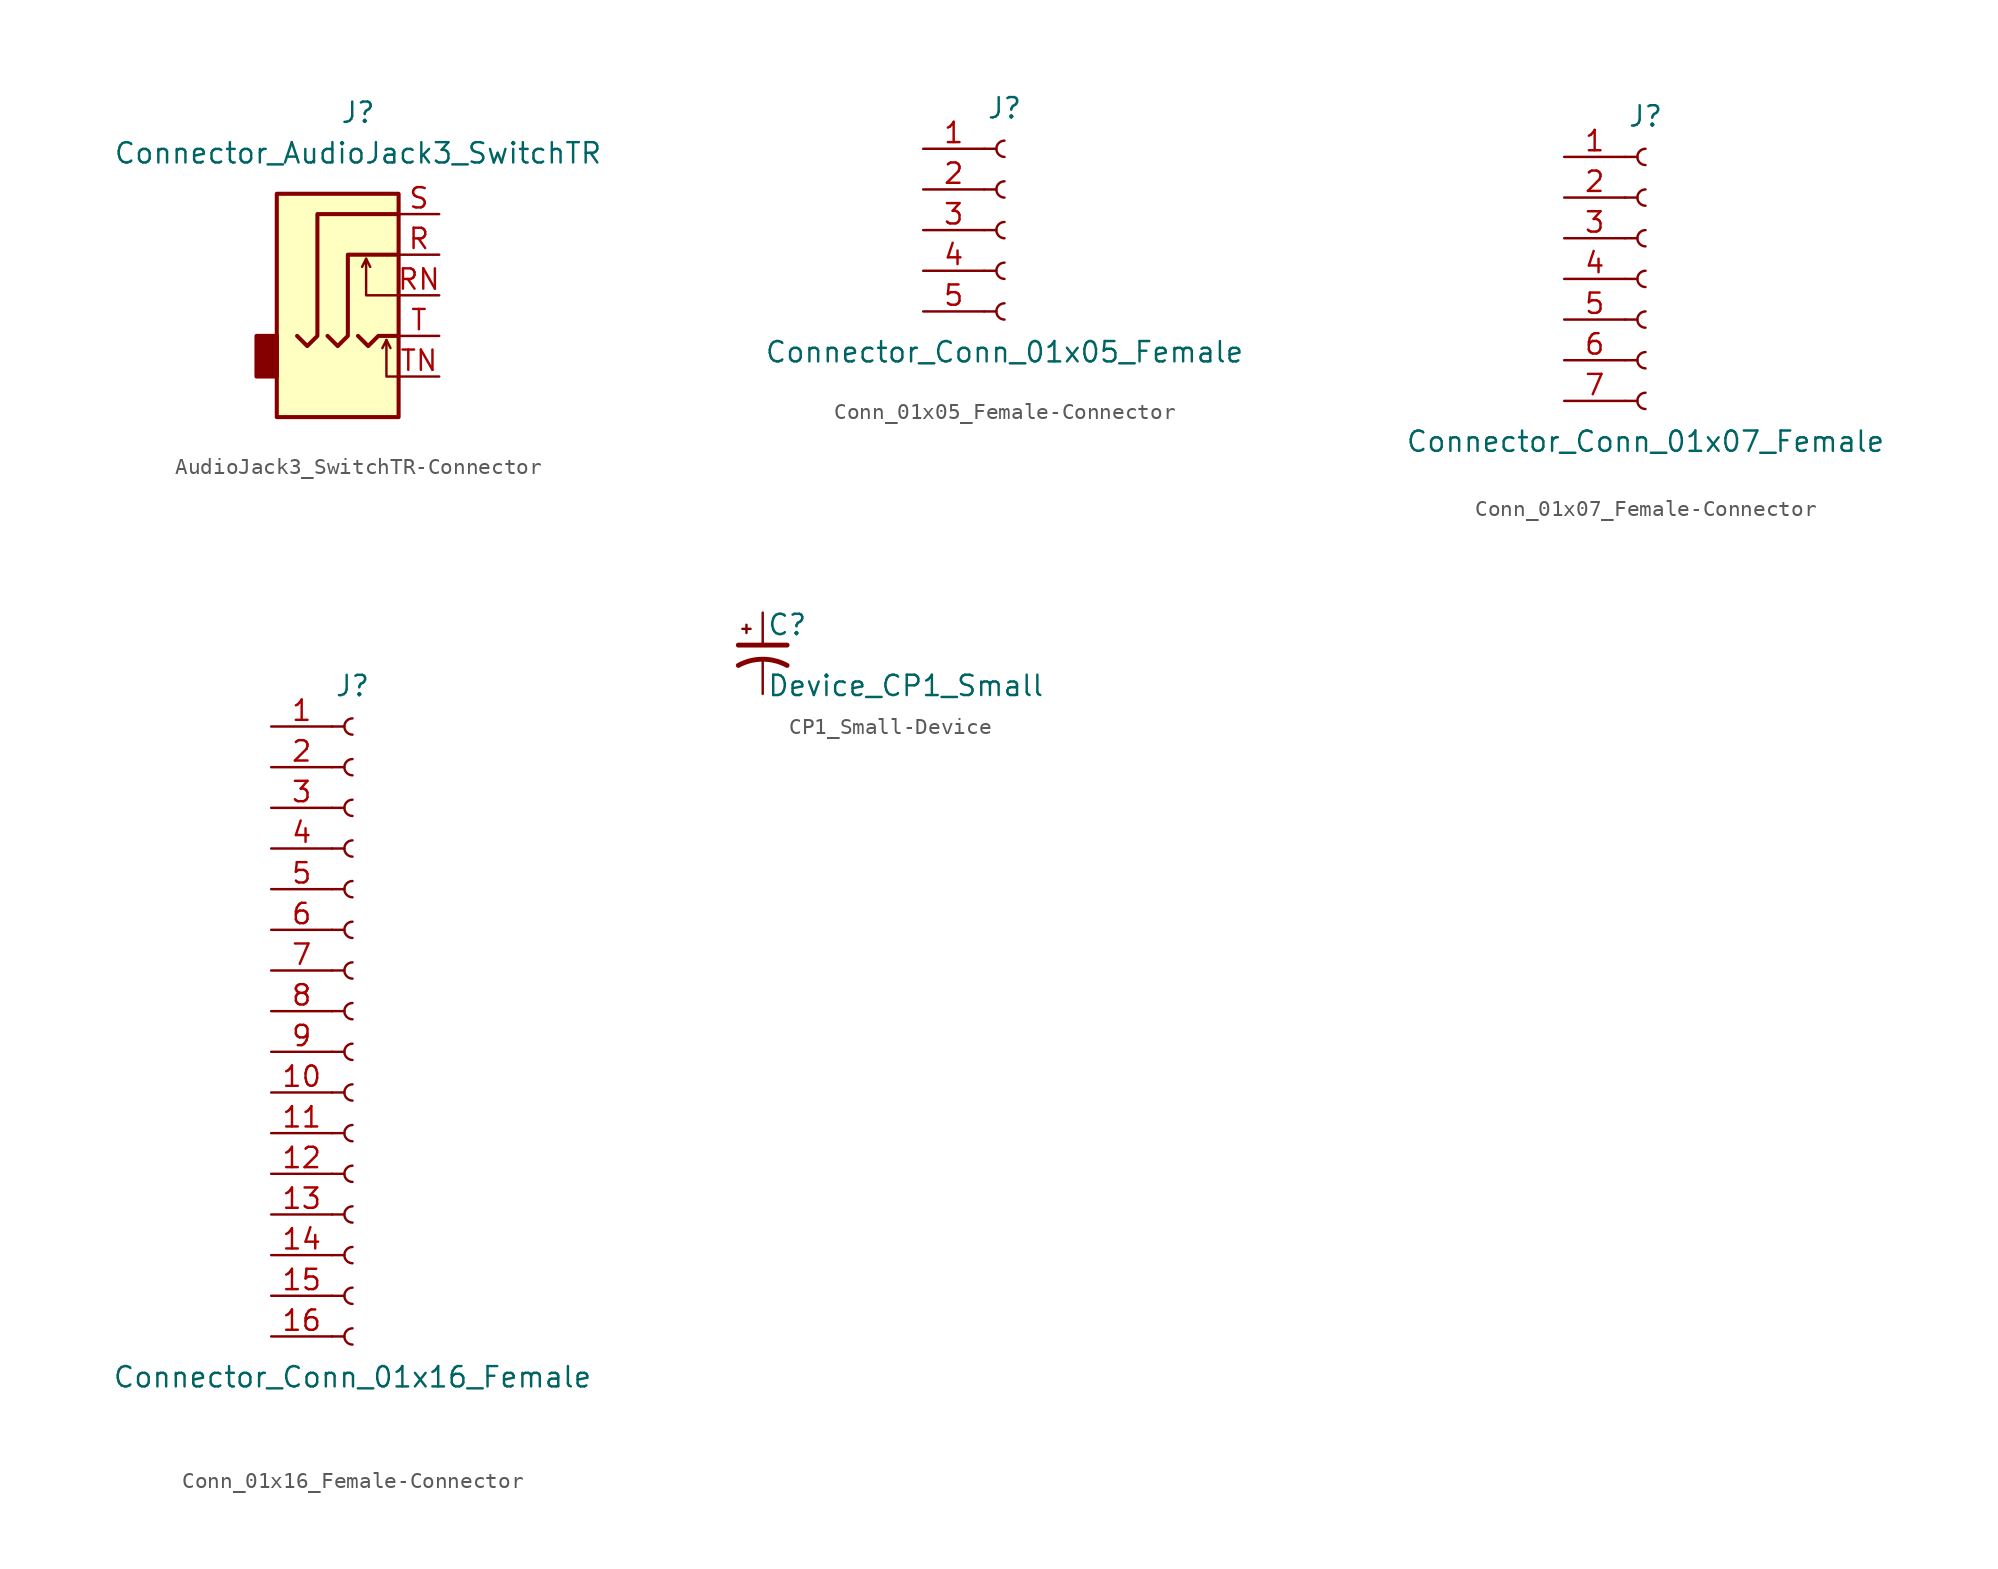
<source format=kicad_sym>
(kicad_symbol_lib
  (version 20220914)
  (generator kicad_symbol_editor)
  (symbol "AudioJack3_SwitchTR-Connector"
    (property "Reference" "J"
      (at 0 8.89 0)
      (effects (font (size 1.27 1.27))))
    (property "Value" "Connector_AudioJack3_SwitchTR"
      (at 0 6.35 0)
      (effects (font (size 1.27 1.27))))
    (symbol "AudioJack3_SwitchTR-Connector_0_1"
      (rectangle (start -5.08 -5.08) (end -6.35 -7.62) (stroke (width 0.254) (type solid)) (fill (type outline)))
      (polyline (pts (xy 0.508 -0.254) (xy 0.762 -0.762)) (stroke (width 0) (type solid)) (fill (type none)))
      (polyline (pts (xy 1.778 -5.334) (xy 2.032 -5.842)) (stroke (width 0) (type solid)) (fill (type none)))
      (polyline (pts (xy 0 -5.08) (xy 0.635 -5.715) (xy 1.27 -5.08) (xy 2.54 -5.08)) (stroke (width 0.254) (type solid)) (fill (type none)))
      (polyline (pts (xy 2.54 -7.62) (xy 1.778 -7.62) (xy 1.778 -5.334) (xy 1.524 -5.842)) (stroke (width 0) (type solid)) (fill (type none)))
      (polyline (pts (xy 2.54 -2.54) (xy 0.508 -2.54) (xy 0.508 -0.254) (xy 0.254 -0.762)) (stroke (width 0) (type solid)) (fill (type none)))
      (polyline (pts (xy -1.905 -5.08) (xy -1.27 -5.715) (xy -0.635 -5.08) (xy -0.635 0) (xy 2.54 0)) (stroke (width 0.254) (type solid)) (fill (type none)))
      (polyline (pts (xy 2.54 2.54) (xy -2.54 2.54) (xy -2.54 -5.08) (xy -3.175 -5.715) (xy -3.81 -5.08)) (stroke (width 0.254) (type solid)) (fill (type none)))
      (rectangle (start 2.54 3.81) (end -5.08 -10.16) (stroke (width 0.254) (type solid)) (fill (type background))))
    (symbol "AudioJack3_SwitchTR-Connector_1_1"
      (pin passive line (at 5.08 0 180) (length 2.54) (name "~" (effects (font (size 1.27 1.27)))) (number "R" (effects (font (size 1.27 1.27)))))
      (pin passive line (at 5.08 -2.54 180) (length 2.54) (name "~" (effects (font (size 1.27 1.27)))) (number "RN" (effects (font (size 1.27 1.27)))))
      (pin passive line (at 5.08 2.54 180) (length 2.54) (name "~" (effects (font (size 1.27 1.27)))) (number "S" (effects (font (size 1.27 1.27)))))
      (pin passive line (at 5.08 -5.08 180) (length 2.54) (name "~" (effects (font (size 1.27 1.27)))) (number "T" (effects (font (size 1.27 1.27)))))
      (pin passive line (at 5.08 -7.62 180) (length 2.54) (name "~" (effects (font (size 1.27 1.27)))) (number "TN" (effects (font (size 1.27 1.27)))))))
  (symbol "Conn_01x05_Female-Connector"
    (pin_names
      (offset 1.016) hide)
    (property "Reference" "J"
      (at 0 7.62 0)
      (effects (font (size 1.27 1.27))))
    (property "Value" "Connector_Conn_01x05_Female"
      (at 0 -7.62 0)
      (effects (font (size 1.27 1.27))))
    (symbol "Conn_01x05_Female-Connector_1_1"
      (arc (start 0 -4.572) (mid -0.5058 -5.08) (end 0 -5.588) (stroke (width 0.1524) (type solid)) (fill (type none)))
      (arc (start 0 -2.032) (mid -0.5058 -2.54) (end 0 -3.048) (stroke (width 0.1524) (type solid)) (fill (type none)))
      (polyline (pts (xy -1.27 -5.08) (xy -0.508 -5.08)) (stroke (width 0.152) (type solid)) (fill (type none)))
      (polyline (pts (xy -1.27 -2.54) (xy -0.508 -2.54)) (stroke (width 0.152) (type solid)) (fill (type none)))
      (polyline (pts (xy -1.27 0) (xy -0.508 0)) (stroke (width 0.152) (type solid)) (fill (type none)))
      (polyline (pts (xy -1.27 2.54) (xy -0.508 2.54)) (stroke (width 0.152) (type solid)) (fill (type none)))
      (polyline (pts (xy -1.27 5.08) (xy -0.508 5.08)) (stroke (width 0.152) (type solid)) (fill (type none)))
      (arc (start 0 0.508) (mid -0.5058 0) (end 0 -0.508) (stroke (width 0.1524) (type solid)) (fill (type none)))
      (arc (start 0 3.048) (mid -0.5058 2.54) (end 0 2.032) (stroke (width 0.1524) (type solid)) (fill (type none)))
      (arc (start 0 5.588) (mid -0.5058 5.08) (end 0 4.572) (stroke (width 0.1524) (type solid)) (fill (type none)))
      (pin passive line (at -5.08 5.08 0) (length 3.81) (name "Pin_1" (effects (font (size 1.27 1.27)))) (number "1" (effects (font (size 1.27 1.27)))))
      (pin passive line (at -5.08 2.54 0) (length 3.81) (name "Pin_2" (effects (font (size 1.27 1.27)))) (number "2" (effects (font (size 1.27 1.27)))))
      (pin passive line (at -5.08 0 0) (length 3.81) (name "Pin_3" (effects (font (size 1.27 1.27)))) (number "3" (effects (font (size 1.27 1.27)))))
      (pin passive line (at -5.08 -2.54 0) (length 3.81) (name "Pin_4" (effects (font (size 1.27 1.27)))) (number "4" (effects (font (size 1.27 1.27)))))
      (pin passive line (at -5.08 -5.08 0) (length 3.81) (name "Pin_5" (effects (font (size 1.27 1.27)))) (number "5" (effects (font (size 1.27 1.27)))))))
  (symbol "Conn_01x07_Female-Connector"
    (pin_names
      (offset 1.016) hide)
    (property "Reference" "J"
      (at 0 10.16 0)
      (effects (font (size 1.27 1.27))))
    (property "Value" "Connector_Conn_01x07_Female"
      (at 0 -10.16 0)
      (effects (font (size 1.27 1.27))))
    (symbol "Conn_01x07_Female-Connector_1_1"
      (arc (start 0 -7.112) (mid -0.5058 -7.62) (end 0 -8.128) (stroke (width 0.1524) (type solid)) (fill (type none)))
      (arc (start 0 -4.572) (mid -0.5058 -5.08) (end 0 -5.588) (stroke (width 0.1524) (type solid)) (fill (type none)))
      (arc (start 0 -2.032) (mid -0.5058 -2.54) (end 0 -3.048) (stroke (width 0.1524) (type solid)) (fill (type none)))
      (polyline (pts (xy -1.27 -7.62) (xy -0.508 -7.62)) (stroke (width 0.152) (type solid)) (fill (type none)))
      (polyline (pts (xy -1.27 -5.08) (xy -0.508 -5.08)) (stroke (width 0.152) (type solid)) (fill (type none)))
      (polyline (pts (xy -1.27 -2.54) (xy -0.508 -2.54)) (stroke (width 0.152) (type solid)) (fill (type none)))
      (polyline (pts (xy -1.27 0) (xy -0.508 0)) (stroke (width 0.152) (type solid)) (fill (type none)))
      (polyline (pts (xy -1.27 2.54) (xy -0.508 2.54)) (stroke (width 0.152) (type solid)) (fill (type none)))
      (polyline (pts (xy -1.27 5.08) (xy -0.508 5.08)) (stroke (width 0.152) (type solid)) (fill (type none)))
      (polyline (pts (xy -1.27 7.62) (xy -0.508 7.62)) (stroke (width 0.152) (type solid)) (fill (type none)))
      (arc (start 0 0.508) (mid -0.5058 0) (end 0 -0.508) (stroke (width 0.1524) (type solid)) (fill (type none)))
      (arc (start 0 3.048) (mid -0.5058 2.54) (end 0 2.032) (stroke (width 0.1524) (type solid)) (fill (type none)))
      (arc (start 0 5.588) (mid -0.5058 5.08) (end 0 4.572) (stroke (width 0.1524) (type solid)) (fill (type none)))
      (arc (start 0 8.128) (mid -0.5058 7.62) (end 0 7.112) (stroke (width 0.1524) (type solid)) (fill (type none)))
      (pin passive line (at -5.08 7.62 0) (length 3.81) (name "Pin_1" (effects (font (size 1.27 1.27)))) (number "1" (effects (font (size 1.27 1.27)))))
      (pin passive line (at -5.08 5.08 0) (length 3.81) (name "Pin_2" (effects (font (size 1.27 1.27)))) (number "2" (effects (font (size 1.27 1.27)))))
      (pin passive line (at -5.08 2.54 0) (length 3.81) (name "Pin_3" (effects (font (size 1.27 1.27)))) (number "3" (effects (font (size 1.27 1.27)))))
      (pin passive line (at -5.08 0 0) (length 3.81) (name "Pin_4" (effects (font (size 1.27 1.27)))) (number "4" (effects (font (size 1.27 1.27)))))
      (pin passive line (at -5.08 -2.54 0) (length 3.81) (name "Pin_5" (effects (font (size 1.27 1.27)))) (number "5" (effects (font (size 1.27 1.27)))))
      (pin passive line (at -5.08 -5.08 0) (length 3.81) (name "Pin_6" (effects (font (size 1.27 1.27)))) (number "6" (effects (font (size 1.27 1.27)))))
      (pin passive line (at -5.08 -7.62 0) (length 3.81) (name "Pin_7" (effects (font (size 1.27 1.27)))) (number "7" (effects (font (size 1.27 1.27)))))))
  (symbol "Conn_01x16_Female-Connector"
    (pin_names
      (offset 1.016) hide)
    (property "Reference" "J"
      (at 0 20.32 0)
      (effects (font (size 1.27 1.27))))
    (property "Value" "Connector_Conn_01x16_Female"
      (at 0 -22.86 0)
      (effects (font (size 1.27 1.27))))
    (symbol "Conn_01x16_Female-Connector_1_1"
      (arc (start 0 -19.812) (mid -0.5058 -20.32) (end 0 -20.828) (stroke (width 0.1524) (type solid)) (fill (type none)))
      (arc (start 0 -17.272) (mid -0.5058 -17.78) (end 0 -18.288) (stroke (width 0.1524) (type solid)) (fill (type none)))
      (arc (start 0 -14.732) (mid -0.5058 -15.24) (end 0 -15.748) (stroke (width 0.1524) (type solid)) (fill (type none)))
      (arc (start 0 -12.192) (mid -0.5058 -12.7) (end 0 -13.208) (stroke (width 0.1524) (type solid)) (fill (type none)))
      (arc (start 0 -9.652) (mid -0.5058 -10.16) (end 0 -10.668) (stroke (width 0.1524) (type solid)) (fill (type none)))
      (arc (start 0 -7.112) (mid -0.5058 -7.62) (end 0 -8.128) (stroke (width 0.1524) (type solid)) (fill (type none)))
      (arc (start 0 -4.572) (mid -0.5058 -5.08) (end 0 -5.588) (stroke (width 0.1524) (type solid)) (fill (type none)))
      (arc (start 0 -2.032) (mid -0.5058 -2.54) (end 0 -3.048) (stroke (width 0.1524) (type solid)) (fill (type none)))
      (polyline (pts (xy -1.27 -20.32) (xy -0.508 -20.32)) (stroke (width 0.152) (type solid)) (fill (type none)))
      (polyline (pts (xy -1.27 -17.78) (xy -0.508 -17.78)) (stroke (width 0.152) (type solid)) (fill (type none)))
      (polyline (pts (xy -1.27 -15.24) (xy -0.508 -15.24)) (stroke (width 0.152) (type solid)) (fill (type none)))
      (polyline (pts (xy -1.27 -12.7) (xy -0.508 -12.7)) (stroke (width 0.152) (type solid)) (fill (type none)))
      (polyline (pts (xy -1.27 -10.16) (xy -0.508 -10.16)) (stroke (width 0.152) (type solid)) (fill (type none)))
      (polyline (pts (xy -1.27 -7.62) (xy -0.508 -7.62)) (stroke (width 0.152) (type solid)) (fill (type none)))
      (polyline (pts (xy -1.27 -5.08) (xy -0.508 -5.08)) (stroke (width 0.152) (type solid)) (fill (type none)))
      (polyline (pts (xy -1.27 -2.54) (xy -0.508 -2.54)) (stroke (width 0.152) (type solid)) (fill (type none)))
      (polyline (pts (xy -1.27 0) (xy -0.508 0)) (stroke (width 0.152) (type solid)) (fill (type none)))
      (polyline (pts (xy -1.27 2.54) (xy -0.508 2.54)) (stroke (width 0.152) (type solid)) (fill (type none)))
      (polyline (pts (xy -1.27 5.08) (xy -0.508 5.08)) (stroke (width 0.152) (type solid)) (fill (type none)))
      (polyline (pts (xy -1.27 7.62) (xy -0.508 7.62)) (stroke (width 0.152) (type solid)) (fill (type none)))
      (polyline (pts (xy -1.27 10.16) (xy -0.508 10.16)) (stroke (width 0.152) (type solid)) (fill (type none)))
      (polyline (pts (xy -1.27 12.7) (xy -0.508 12.7)) (stroke (width 0.152) (type solid)) (fill (type none)))
      (polyline (pts (xy -1.27 15.24) (xy -0.508 15.24)) (stroke (width 0.152) (type solid)) (fill (type none)))
      (polyline (pts (xy -1.27 17.78) (xy -0.508 17.78)) (stroke (width 0.152) (type solid)) (fill (type none)))
      (arc (start 0 0.508) (mid -0.5058 0) (end 0 -0.508) (stroke (width 0.1524) (type solid)) (fill (type none)))
      (arc (start 0 3.048) (mid -0.5058 2.54) (end 0 2.032) (stroke (width 0.1524) (type solid)) (fill (type none)))
      (arc (start 0 5.588) (mid -0.5058 5.08) (end 0 4.572) (stroke (width 0.1524) (type solid)) (fill (type none)))
      (arc (start 0 8.128) (mid -0.5058 7.62) (end 0 7.112) (stroke (width 0.1524) (type solid)) (fill (type none)))
      (arc (start 0 10.668) (mid -0.5058 10.16) (end 0 9.652) (stroke (width 0.1524) (type solid)) (fill (type none)))
      (arc (start 0 13.208) (mid -0.5058 12.7) (end 0 12.192) (stroke (width 0.1524) (type solid)) (fill (type none)))
      (arc (start 0 15.748) (mid -0.5058 15.24) (end 0 14.732) (stroke (width 0.1524) (type solid)) (fill (type none)))
      (arc (start 0 18.288) (mid -0.5058 17.78) (end 0 17.272) (stroke (width 0.1524) (type solid)) (fill (type none)))
      (pin passive line (at -5.08 17.78 0) (length 3.81) (name "Pin_1" (effects (font (size 1.27 1.27)))) (number "1" (effects (font (size 1.27 1.27)))))
      (pin passive line (at -5.08 -5.08 0) (length 3.81) (name "Pin_10" (effects (font (size 1.27 1.27)))) (number "10" (effects (font (size 1.27 1.27)))))
      (pin passive line (at -5.08 -7.62 0) (length 3.81) (name "Pin_11" (effects (font (size 1.27 1.27)))) (number "11" (effects (font (size 1.27 1.27)))))
      (pin passive line (at -5.08 -10.16 0) (length 3.81) (name "Pin_12" (effects (font (size 1.27 1.27)))) (number "12" (effects (font (size 1.27 1.27)))))
      (pin passive line (at -5.08 -12.7 0) (length 3.81) (name "Pin_13" (effects (font (size 1.27 1.27)))) (number "13" (effects (font (size 1.27 1.27)))))
      (pin passive line (at -5.08 -15.24 0) (length 3.81) (name "Pin_14" (effects (font (size 1.27 1.27)))) (number "14" (effects (font (size 1.27 1.27)))))
      (pin passive line (at -5.08 -17.78 0) (length 3.81) (name "Pin_15" (effects (font (size 1.27 1.27)))) (number "15" (effects (font (size 1.27 1.27)))))
      (pin passive line (at -5.08 -20.32 0) (length 3.81) (name "Pin_16" (effects (font (size 1.27 1.27)))) (number "16" (effects (font (size 1.27 1.27)))))
      (pin passive line (at -5.08 15.24 0) (length 3.81) (name "Pin_2" (effects (font (size 1.27 1.27)))) (number "2" (effects (font (size 1.27 1.27)))))
      (pin passive line (at -5.08 12.7 0) (length 3.81) (name "Pin_3" (effects (font (size 1.27 1.27)))) (number "3" (effects (font (size 1.27 1.27)))))
      (pin passive line (at -5.08 10.16 0) (length 3.81) (name "Pin_4" (effects (font (size 1.27 1.27)))) (number "4" (effects (font (size 1.27 1.27)))))
      (pin passive line (at -5.08 7.62 0) (length 3.81) (name "Pin_5" (effects (font (size 1.27 1.27)))) (number "5" (effects (font (size 1.27 1.27)))))
      (pin passive line (at -5.08 5.08 0) (length 3.81) (name "Pin_6" (effects (font (size 1.27 1.27)))) (number "6" (effects (font (size 1.27 1.27)))))
      (pin passive line (at -5.08 2.54 0) (length 3.81) (name "Pin_7" (effects (font (size 1.27 1.27)))) (number "7" (effects (font (size 1.27 1.27)))))
      (pin passive line (at -5.08 0 0) (length 3.81) (name "Pin_8" (effects (font (size 1.27 1.27)))) (number "8" (effects (font (size 1.27 1.27)))))
      (pin passive line (at -5.08 -2.54 0) (length 3.81) (name "Pin_9" (effects (font (size 1.27 1.27)))) (number "9" (effects (font (size 1.27 1.27)))))))
  (symbol "CP1_Small-Device"
    (pin_numbers hide)
    (pin_names
      (offset 0.254) hide)
    (property "Reference" "C"
      (at 0.254 1.778 0)
      (effects (font (size 1.27 1.27)) (justify left)))
    (property "Value" "Device_CP1_Small"
      (at 0.254 -2.032 0)
      (effects (font (size 1.27 1.27)) (justify left)))
    (symbol "CP1_Small-Device_0_1"
      (polyline (pts (xy -1.524 0.508) (xy 1.524 0.508)) (stroke (width 0.305) (type solid)) (fill (type none)))
      (polyline (pts (xy -1.27 1.524) (xy -0.762 1.524)) (stroke (width 0) (type solid)) (fill (type none)))
      (polyline (pts (xy -1.016 1.27) (xy -1.016 1.778)) (stroke (width 0) (type solid)) (fill (type none)))
      (arc (start 1.524 -0.762) (mid 0 -0.3734) (end -1.524 -0.762) (stroke (width 0.3048) (type solid)) (fill (type none))))
    (symbol "CP1_Small-Device_1_1"
      (pin passive line (at 0 2.54 270) (length 2.032) (name "~" (effects (font (size 1.27 1.27)))) (number "1" (effects (font (size 1.27 1.27)))))
      (pin passive line (at 0 -2.54 90) (length 2.032) (name "~" (effects (font (size 1.27 1.27)))) (number "2" (effects (font (size 1.27 1.27))))))))
</source>
